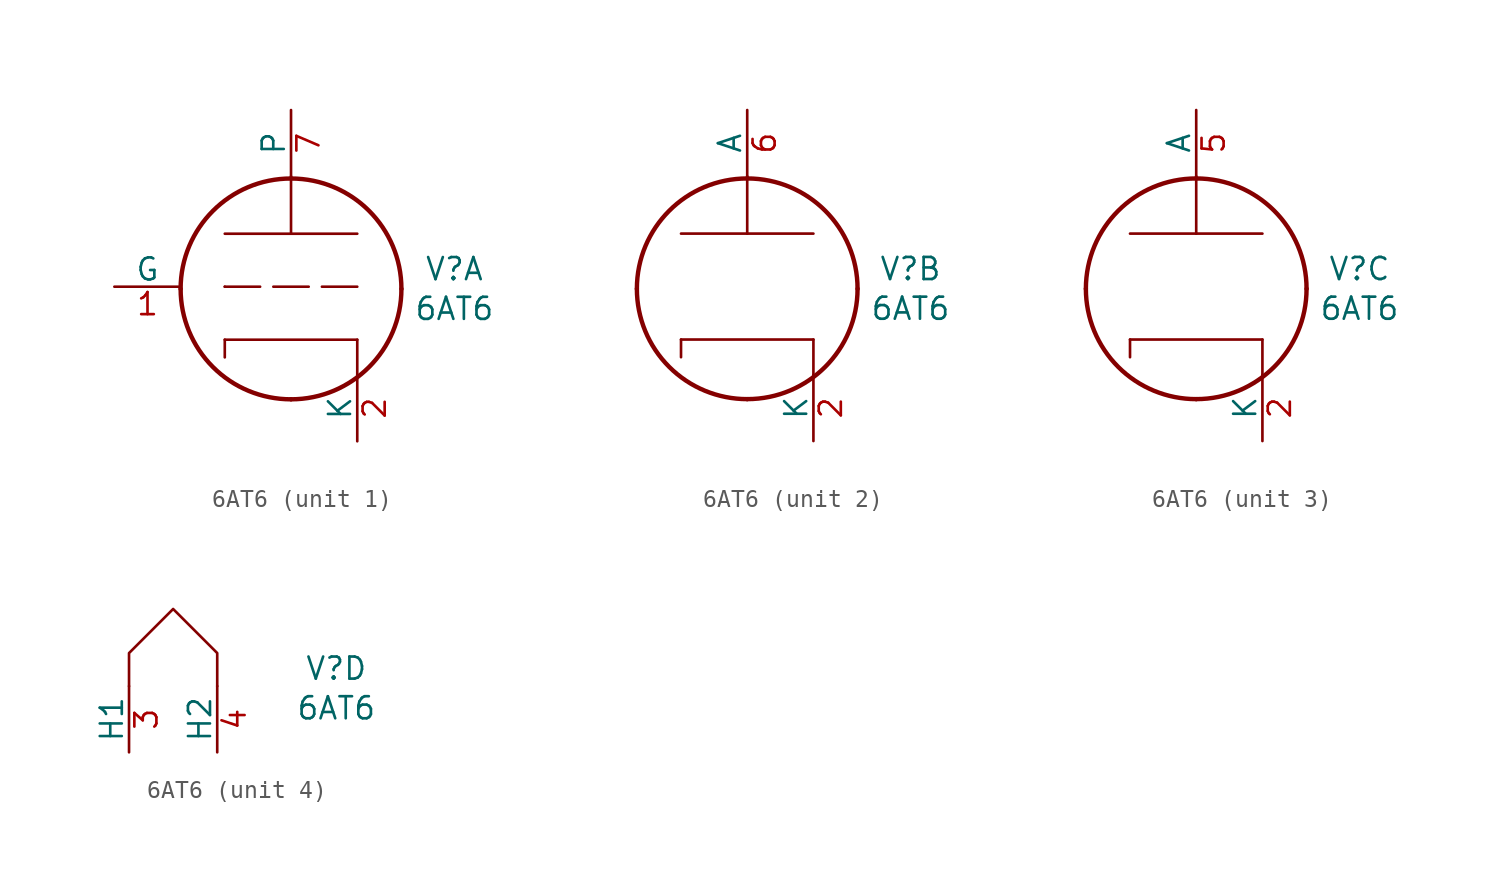
<source format=kicad_sym>
(kicad_symbol_lib
  (version 20241209)
  (generator "kicad_symbol_editor")
  (generator_version "9.0")
  (symbol "6AT6"
    (pin_names
      (offset 0))
    (property "Reference" "V"
      (at 9.398 1.016 0)
      (effects (font (size 1.27 1.27))))
    (property "Value" "6AT6"
      (at 9.398 -1.27 0)
      (effects (font (size 1.27 1.27))))
    (property "ki_locked" ""
      (at 0 0 0)
      (effects (font (size 1.27 1.27))))
    (symbol "6AT6_1_1"
      (polyline (pts (xy -3.81 0) (xy -3.81 0)) (stroke (width 0) (type default)) (fill (type none)))
      (polyline (pts (xy -3.81 0) (xy -1.778 0)) (stroke (width 0) (type default)) (fill (type none)))
      (polyline (pts (xy -3.81 -3.048) (xy -3.81 -4.064)) (stroke (width 0) (type default)) (fill (type none)))
      (polyline (pts (xy -3.81 -3.048) (xy 3.81 -3.048)) (stroke (width 0) (type solid)) (fill (type none)))
      (polyline (pts (xy -1.016 0) (xy 1.016 0)) (stroke (width 0) (type default)) (fill (type none)))
      (arc (start -0.0001 -6.4769) (mid -4.4926 -4.6195) (end -6.35 -0.127) (stroke (width 0.254) (type solid)) (fill (type none)))
      (arc (start -6.35 -0.127) (mid -4.4902 4.3632) (end 0 6.223) (stroke (width 0.254) (type solid)) (fill (type none)))
      (polyline (pts (xy 0 3.048) (xy -3.81 3.048)) (stroke (width 0) (type solid)) (fill (type none)))
      (polyline (pts (xy 0 3.048) (xy 0 6.35)) (stroke (width 0) (type solid)) (fill (type none)))
      (polyline (pts (xy 0 3.048) (xy 3.81 3.048)) (stroke (width 0) (type solid)) (fill (type none)))
      (arc (start 0 6.223) (mid 4.4902 4.3632) (end 6.35 -0.127) (stroke (width 0.254) (type solid)) (fill (type none)))
      (arc (start 6.35 -0.127) (mid 4.491 -4.618) (end -0.0001 -6.4769) (stroke (width 0.254) (type solid)) (fill (type none)))
      (polyline (pts (xy 1.778 0) (xy 3.81 0)) (stroke (width 0) (type default)) (fill (type none)))
      (polyline (pts (xy 3.81 -3.048) (xy 3.81 -5.08)) (stroke (width 0) (type default)) (fill (type none)))
      (pin input line (at -10.16 0 0) (length 3.81) (name "G" (effects (font (size 1.27 1.27)))) (number "1" (effects (font (size 1.27 1.27)))))
      (pin passive line (at 0 10.16 270) (length 3.81) (name "P" (effects (font (size 1.27 1.27)))) (number "7" (effects (font (size 1.27 1.27)))))
      (pin passive line (at 3.81 -8.89 90) (length 3.81) (name "K" (effects (font (size 1.27 1.27)))) (number "2" (effects (font (size 1.27 1.27))))))
    (symbol "6AT6_2_1"
      (polyline (pts (xy -3.81 -3.048) (xy -3.81 -4.064)) (stroke (width 0) (type default)) (fill (type none)))
      (polyline (pts (xy -3.81 -3.048) (xy 3.81 -3.048)) (stroke (width 0) (type solid)) (fill (type none)))
      (arc (start -0.0001 -6.4769) (mid -4.4926 -4.6195) (end -6.35 -0.127) (stroke (width 0.254) (type solid)) (fill (type none)))
      (arc (start -6.35 -0.127) (mid -4.4902 4.3632) (end 0 6.223) (stroke (width 0.254) (type solid)) (fill (type none)))
      (polyline (pts (xy 0 3.048) (xy -3.81 3.048)) (stroke (width 0) (type solid)) (fill (type none)))
      (polyline (pts (xy 0 3.048) (xy 0 6.35)) (stroke (width 0) (type solid)) (fill (type none)))
      (polyline (pts (xy 0 3.048) (xy 3.81 3.048)) (stroke (width 0) (type solid)) (fill (type none)))
      (arc (start 0 6.223) (mid 4.4902 4.3632) (end 6.35 -0.127) (stroke (width 0.254) (type solid)) (fill (type none)))
      (arc (start 6.35 -0.127) (mid 4.491 -4.618) (end -0.0001 -6.4769) (stroke (width 0.254) (type solid)) (fill (type none)))
      (polyline (pts (xy 3.81 -3.048) (xy 3.81 -5.08)) (stroke (width 0) (type default)) (fill (type none)))
      (pin passive line (at 0 10.16 270) (length 3.81) (name "A" (effects (font (size 1.27 1.27)))) (number "6" (effects (font (size 1.27 1.27)))))
      (pin passive line (at 3.81 -8.89 90) (length 3.81) (name "K" (effects (font (size 1.27 1.27)))) (number "2" (effects (font (size 1.27 1.27))))))
    (symbol "6AT6_3_1"
      (polyline (pts (xy -3.81 -3.048) (xy -3.81 -4.064)) (stroke (width 0) (type default)) (fill (type none)))
      (polyline (pts (xy -3.81 -3.048) (xy 3.81 -3.048)) (stroke (width 0) (type solid)) (fill (type none)))
      (arc (start -0.0001 -6.4769) (mid -4.4926 -4.6195) (end -6.35 -0.127) (stroke (width 0.254) (type solid)) (fill (type none)))
      (arc (start -6.35 -0.127) (mid -4.4902 4.3632) (end 0 6.223) (stroke (width 0.254) (type solid)) (fill (type none)))
      (polyline (pts (xy 0 3.048) (xy -3.81 3.048)) (stroke (width 0) (type solid)) (fill (type none)))
      (polyline (pts (xy 0 3.048) (xy 0 6.35)) (stroke (width 0) (type solid)) (fill (type none)))
      (polyline (pts (xy 0 3.048) (xy 3.81 3.048)) (stroke (width 0) (type solid)) (fill (type none)))
      (arc (start 0 6.223) (mid 4.4902 4.3632) (end 6.35 -0.127) (stroke (width 0.254) (type solid)) (fill (type none)))
      (arc (start 6.35 -0.127) (mid 4.491 -4.618) (end -0.0001 -6.4769) (stroke (width 0.254) (type solid)) (fill (type none)))
      (polyline (pts (xy 3.81 -3.048) (xy 3.81 -5.08)) (stroke (width 0) (type default)) (fill (type none)))
      (pin passive line (at 0 10.16 270) (length 3.81) (name "A" (effects (font (size 1.27 1.27)))) (number "5" (effects (font (size 1.27 1.27)))))
      (pin passive line (at 3.81 -8.89 90) (length 3.81) (name "K" (effects (font (size 1.27 1.27)))) (number "2" (effects (font (size 1.27 1.27))))))
    (symbol "6AT6_4_1"
      (polyline (pts (xy -2.54 0) (xy -2.54 1.905) (xy 0 4.445) (xy 2.54 1.905) (xy 2.54 0)) (stroke (width 0) (type solid)) (fill (type none)))
      (pin passive line (at -2.54 -3.81 90) (length 3.81) (name "H1" (effects (font (size 1.27 1.27)))) (number "3" (effects (font (size 1.27 1.27)))))
      (pin passive line (at 2.54 -3.81 90) (length 3.81) (name "H2" (effects (font (size 1.27 1.27)))) (number "4" (effects (font (size 1.27 1.27))))))))
</source>
